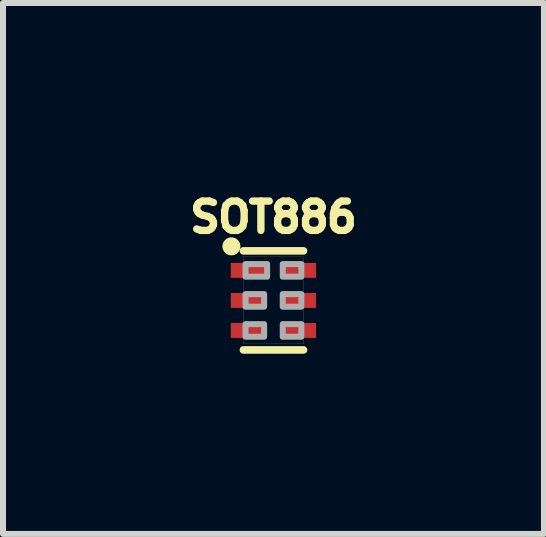
<source format=kicad_pcb>
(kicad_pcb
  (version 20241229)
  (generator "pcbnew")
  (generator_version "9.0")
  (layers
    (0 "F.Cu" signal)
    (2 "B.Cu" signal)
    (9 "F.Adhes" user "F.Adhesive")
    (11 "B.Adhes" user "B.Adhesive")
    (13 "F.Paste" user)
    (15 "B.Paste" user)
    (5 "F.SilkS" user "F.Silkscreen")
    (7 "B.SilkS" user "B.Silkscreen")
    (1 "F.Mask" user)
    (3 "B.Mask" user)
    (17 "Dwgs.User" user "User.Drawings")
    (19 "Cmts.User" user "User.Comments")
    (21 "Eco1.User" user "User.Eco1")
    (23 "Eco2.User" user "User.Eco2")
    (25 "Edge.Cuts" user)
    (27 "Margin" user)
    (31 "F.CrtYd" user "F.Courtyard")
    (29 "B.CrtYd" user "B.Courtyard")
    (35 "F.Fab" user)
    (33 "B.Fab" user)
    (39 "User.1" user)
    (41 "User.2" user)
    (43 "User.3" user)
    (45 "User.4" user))
  (footprint "SOT886"
    (layer "F.Cu")
    (at 1.504 1.953)
    (property "Reference" "SOT886" (at 0 -1.1 0) (layer "F.SilkS") (effects (font (size 0.488 0.488) (thickness 0.122)) (justify bottom)))
    (fp_line (start -0.5 -0.825) (end 0.5 -0.825) (stroke (width 0.127) (type solid)) (layer "F.SilkS"))
    (fp_line (start 0.5 0.825) (end -0.5 0.825) (stroke (width 0.127) (type solid)) (layer "F.SilkS"))
    (fp_circle (center -0.7 -0.9) (end -0.625 -0.9) (stroke (width 0.15) (type solid)) (fill yes) (layer "F.SilkS"))
    (fp_line (start -0.5 -0.725) (end 0.5 -0.725) (stroke (width 0.003) (type solid)) (layer "F.Fab"))
    (fp_line (start -0.5 0.725) (end -0.5 -0.725) (stroke (width 0.003) (type solid)) (layer "F.Fab"))
    (fp_line (start 0.5 -0.725) (end 0.5 0.725) (stroke (width 0.003) (type solid)) (layer "F.Fab"))
    (fp_line (start 0.5 0.725) (end -0.5 0.725) (stroke (width 0.003) (type solid)) (layer "F.Fab"))
    (fp_poly (pts (xy -0.465 -0.395) (xy -0.105 -0.395) (xy -0.105 -0.605) (xy -0.465 -0.605)) (stroke (width 0.1) (type solid)) (fill no) (layer "F.Fab"))
    (fp_poly (pts (xy -0.465 0.105) (xy -0.155 0.105) (xy -0.155 -0.105) (xy -0.465 -0.105)) (stroke (width 0.1) (type solid)) (fill no) (layer "F.Fab"))
    (fp_poly (pts (xy -0.465 0.605) (xy -0.155 0.605) (xy -0.155 0.395) (xy -0.465 0.395)) (stroke (width 0.1) (type solid)) (fill no) (layer "F.Fab"))
    (fp_poly (pts (xy 0.465 -0.605) (xy 0.155 -0.605) (xy 0.155 -0.395) (xy 0.465 -0.395)) (stroke (width 0.1) (type solid)) (fill no) (layer "F.Fab"))
    (fp_poly (pts (xy 0.465 -0.105) (xy 0.155 -0.105) (xy 0.155 0.105) (xy 0.465 0.105)) (stroke (width 0.1) (type solid)) (fill no) (layer "F.Fab"))
    (fp_poly (pts (xy 0.465 0.395) (xy 0.155 0.395) (xy 0.155 0.605) (xy 0.465 0.605)) (stroke (width 0.1) (type solid)) (fill no) (layer "F.Fab"))
    (pad "1" smd rect (at -0.405 -0.5) (size 0.61 0.25) (layers "F.Cu" "F.Mask" "F.Paste"))
    (pad "2" smd rect (at -0.43 0) (size 0.56 0.25) (layers "F.Cu" "F.Mask" "F.Paste"))
    (pad "3" smd rect (at -0.43 0.5) (size 0.56 0.25) (layers "F.Cu" "F.Mask" "F.Paste"))
    (pad "4" smd rect (at 0.43 0.5 180) (size 0.56 0.25) (layers "F.Cu" "F.Mask" "F.Paste"))
    (pad "5" smd rect (at 0.43 0 180) (size 0.56 0.25) (layers "F.Cu" "F.Mask" "F.Paste"))
    (pad "6" smd rect (at 0.43 -0.5 180) (size 0.56 0.25) (layers "F.Cu" "F.Mask" "F.Paste")))
  (gr_rect
    (start -3 -3)
    (end 6.009 5.842)
    (stroke (width 0.1) (type default))
    (fill no)
    (layer "Edge.Cuts")))
</source>
